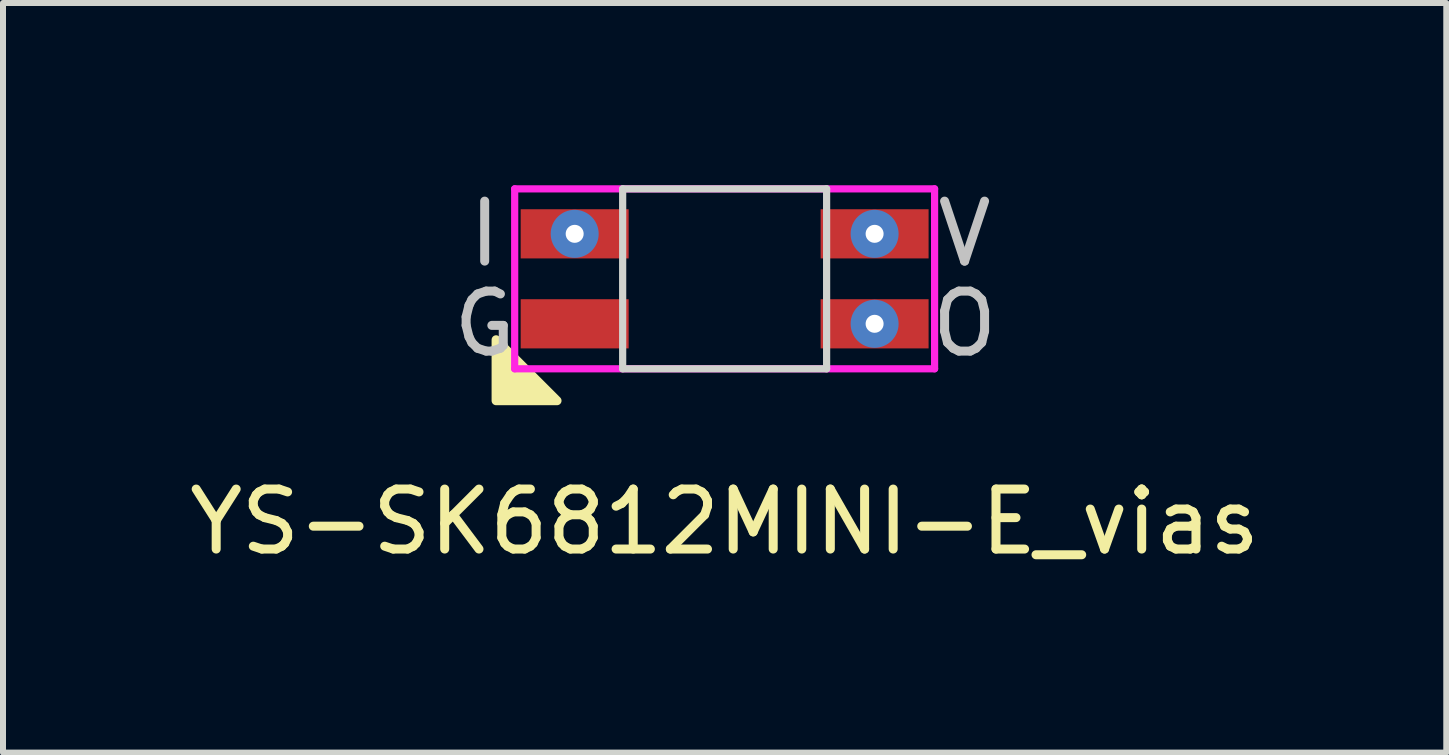
<source format=kicad_pcb>
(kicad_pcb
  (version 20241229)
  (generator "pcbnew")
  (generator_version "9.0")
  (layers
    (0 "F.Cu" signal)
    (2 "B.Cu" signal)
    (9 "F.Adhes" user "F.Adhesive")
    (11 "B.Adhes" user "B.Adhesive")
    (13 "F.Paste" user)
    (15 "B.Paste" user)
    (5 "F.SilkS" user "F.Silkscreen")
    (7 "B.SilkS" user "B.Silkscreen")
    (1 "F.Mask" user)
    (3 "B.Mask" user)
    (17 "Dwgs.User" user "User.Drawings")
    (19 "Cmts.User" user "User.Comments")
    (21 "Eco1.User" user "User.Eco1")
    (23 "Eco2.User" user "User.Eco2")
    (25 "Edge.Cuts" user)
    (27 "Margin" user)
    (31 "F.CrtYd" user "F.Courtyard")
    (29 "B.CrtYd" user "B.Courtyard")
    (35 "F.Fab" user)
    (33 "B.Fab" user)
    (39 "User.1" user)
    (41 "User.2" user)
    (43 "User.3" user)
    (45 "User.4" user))
  (footprint "YS-SK6812MINI-E_vias"
    (layer "F.Cu")
    (at 9.03 1.598)
    (property "Reference" "YS-SK6812MINI-E_vias" (at 0 4.05 0) (layer "F.SilkS") (effects (font (size 1 1) (thickness 0.15))))
    (attr through_hole)
    (fp_poly (pts (xy -3.81 1.016) (xy -2.794 2.032) (xy -3.81 2.032)) (stroke (width 0.15) (type solid)) (fill yes) (layer "F.SilkS"))
    (fp_line (start -1.7 -1.5) (end -1.7 1.5) (stroke (width 0.12) (type solid)) (layer "Edge.Cuts"))
    (fp_line (start -1.7 1.5) (end 1.7 1.5) (stroke (width 0.12) (type solid)) (layer "Edge.Cuts"))
    (fp_line (start 1.7 -1.5) (end -1.7 -1.5) (stroke (width 0.12) (type solid)) (layer "Edge.Cuts"))
    (fp_line (start 1.7 1.5) (end 1.7 -1.5) (stroke (width 0.12) (type solid)) (layer "Edge.Cuts"))
    (fp_line (start -3.5 -1.5) (end -3.5 1.5) (stroke (width 0.12) (type solid)) (layer "F.CrtYd"))
    (fp_line (start -3.5 1.5) (end 3.5 1.5) (stroke (width 0.12) (type solid)) (layer "F.CrtYd"))
    (fp_line (start 3.5 -1.5) (end -3.5 -1.5) (stroke (width 0.12) (type solid)) (layer "F.CrtYd"))
    (fp_line (start 3.5 1.5) (end 3.5 -1.5) (stroke (width 0.12) (type solid)) (layer "F.CrtYd"))
    (fp_text user "I" (at -4 -0.75 0) (layer "Dwgs.User") (effects (font (size 1 1) (thickness 0.15))))
    (fp_text user "O" (at 4 0.75 0) (layer "Dwgs.User") (effects (font (size 1 1) (thickness 0.15))))
    (fp_text user "V" (at 4 -0.75 0) (layer "Dwgs.User") (effects (font (size 1 1) (thickness 0.15))))
    (fp_text user "G" (at -4 0.75 0) (layer "Dwgs.User") (effects (font (size 1 1) (thickness 0.15))))
    (pad "1" thru_hole circle (at 2.5 -0.75) (size 0.8 0.8) (drill 0.3) (layers "*.Cu" "*.Mask"))
    (pad "1" smd rect (at 2.5 -0.75) (size 1.8 0.82) (layers "F.Cu" "F.Mask" "F.Paste"))
    (pad "2" thru_hole circle (at 2.5 0.75 90) (size 0.8 0.8) (drill 0.3) (layers "*.Cu" "*.Mask"))
    (pad "2" smd rect (at 2.5 0.75) (size 1.8 0.82) (layers "F.Cu" "F.Mask" "F.Paste"))
    (pad "3" smd rect (at -2.5 0.75) (size 1.8 0.82) (layers "F.Cu" "F.Mask" "F.Paste"))
    (pad "4" thru_hole circle (at -2.5 -0.75) (size 0.8 0.8) (drill 0.3) (layers "*.Cu" "*.Mask"))
    (pad "4" smd rect (at -2.5 -0.75) (size 1.8 0.82) (layers "F.Cu" "F.Mask" "F.Paste")))
  (gr_rect
    (start -3 -3)
    (end 21.06 9.496)
    (stroke (width 0.1) (type default))
    (fill no)
    (layer "Edge.Cuts")))
</source>
